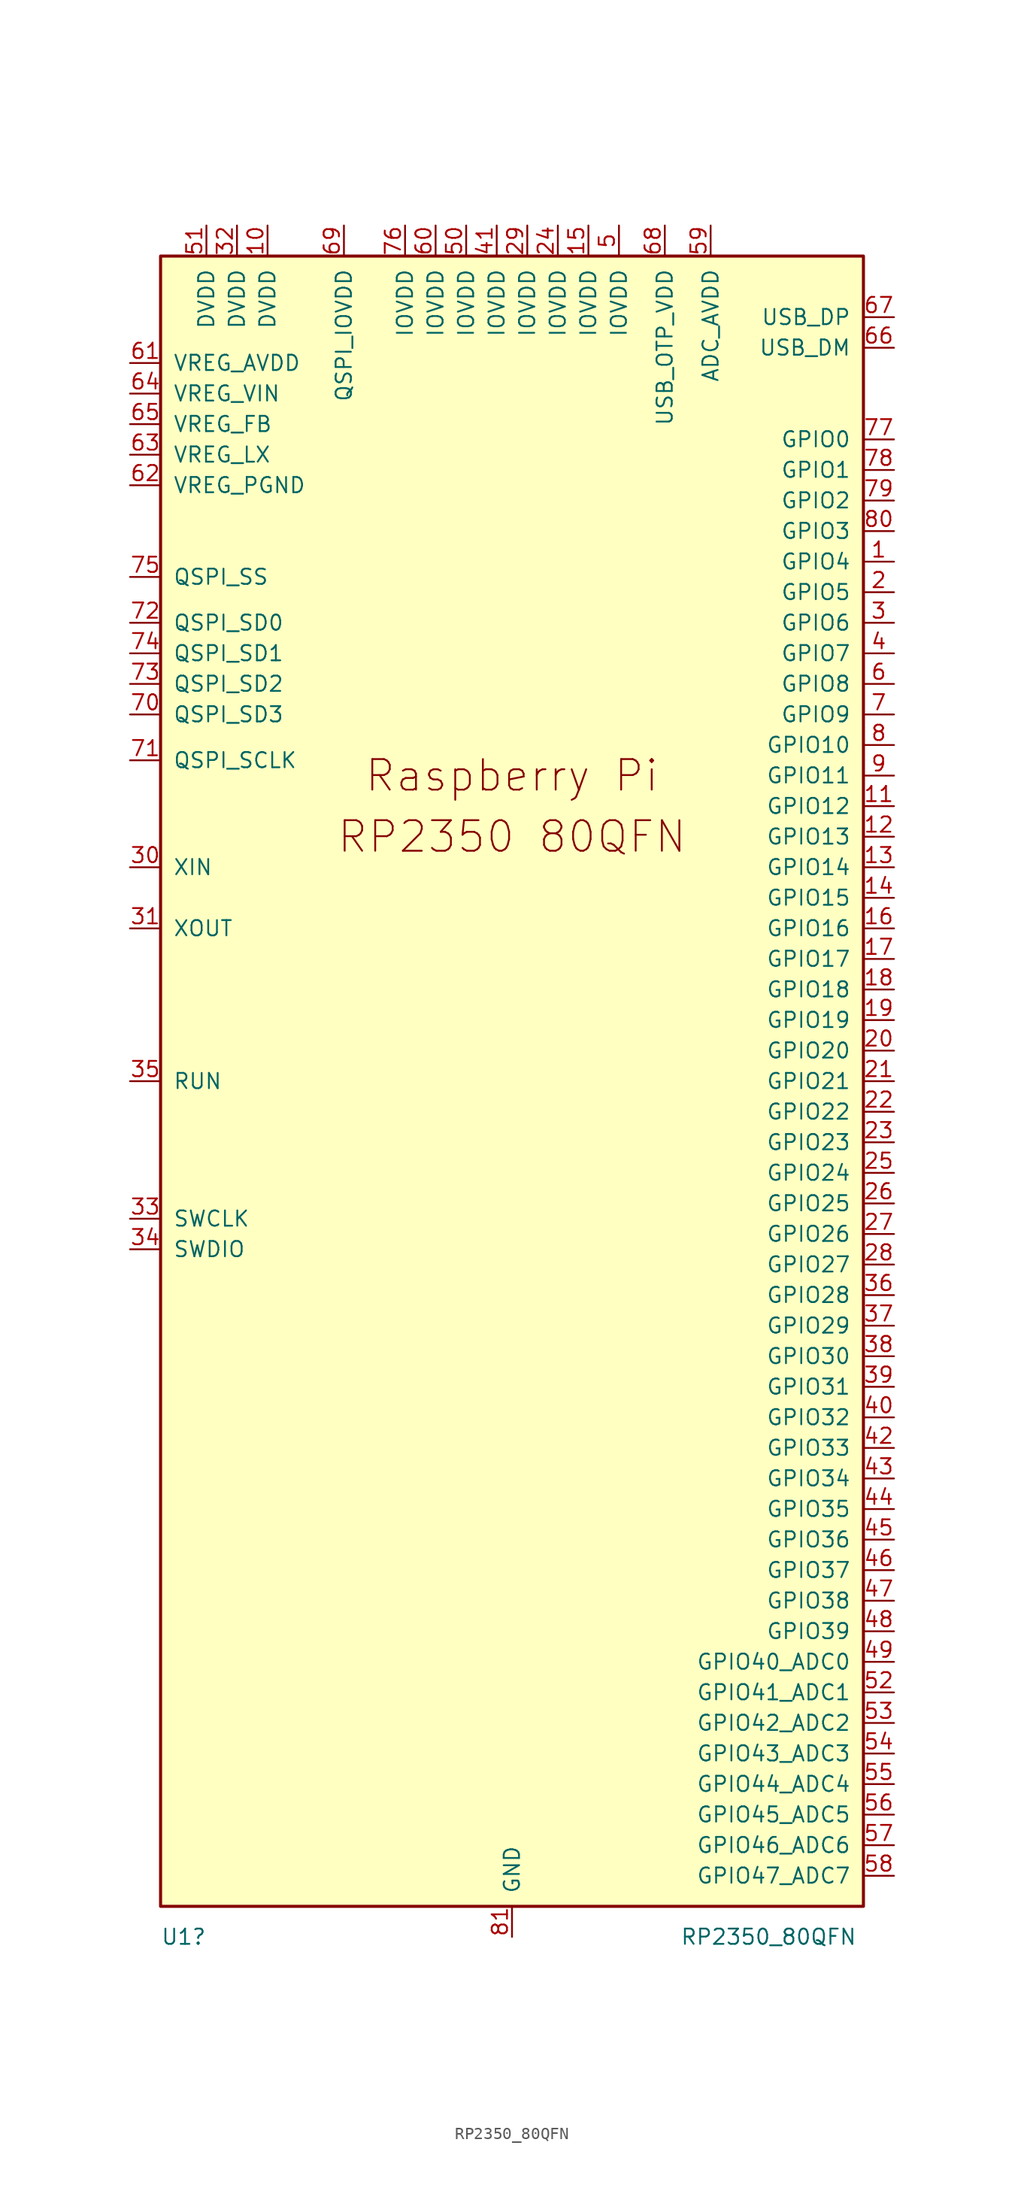
<source format=kicad_sym>
(kicad_symbol_lib
  (version 20241209)
  (generator "kicad_symbol_editor")
  (generator_version "9.0")
  (symbol "RP2350_80QFN"
    (pin_names
      (offset 1.016))
    (property "Reference" "U1"
      (at -29.21 -91.44 0)
      (effects (font (size 1.27 1.27)) (justify left)))
    (property "Value" "RP2350_80QFN"
      (at 13.97 -91.44 0)
      (effects (font (size 1.27 1.27)) (justify left)))
    (symbol "RP2350_80QFN_0_0"
      (text "Raspberry Pi" (at 0 5.08 0) (effects (font (size 2.54 2.54)))))
    (symbol "RP2350_80QFN_0_1"
      (rectangle (start -29.21 48.26) (end 29.21 -88.9) (stroke (width 0.254) (type default)) (fill (type background))))
    (symbol "RP2350_80QFN_1_0"
      (text "RP2350 80QFN" (at 0 0 0) (effects (font (size 2.54 2.54))))
      (pin power_in line (at -8.89 50.8 270) (length 2.54) (name "IOVDD" (effects (font (size 1.27 1.27)))) (number "76" (effects (font (size 1.27 1.27)))))
      (pin power_in line (at -6.35 50.8 270) (length 2.54) (name "IOVDD" (effects (font (size 1.27 1.27)))) (number "60" (effects (font (size 1.27 1.27)))))
      (pin bidirectional line (at 31.75 -43.18 180) (length 2.54) (name "GPIO30" (effects (font (size 1.27 1.27)))) (number "38" (effects (font (size 1.27 1.27)))))
      (pin bidirectional line (at 31.75 -45.72 180) (length 2.54) (name "GPIO31" (effects (font (size 1.27 1.27)))) (number "39" (effects (font (size 1.27 1.27)))))
      (pin bidirectional line (at 31.75 -48.26 180) (length 2.54) (name "GPIO32" (effects (font (size 1.27 1.27)))) (number "40" (effects (font (size 1.27 1.27)))))
      (pin bidirectional line (at 31.75 -50.8 180) (length 2.54) (name "GPIO33" (effects (font (size 1.27 1.27)))) (number "42" (effects (font (size 1.27 1.27)))))
      (pin bidirectional line (at 31.75 -53.34 180) (length 2.54) (name "GPIO34" (effects (font (size 1.27 1.27)))) (number "43" (effects (font (size 1.27 1.27)))))
      (pin bidirectional line (at 31.75 -55.88 180) (length 2.54) (name "GPIO35" (effects (font (size 1.27 1.27)))) (number "44" (effects (font (size 1.27 1.27)))))
      (pin bidirectional line (at 31.75 -58.42 180) (length 2.54) (name "GPIO36" (effects (font (size 1.27 1.27)))) (number "45" (effects (font (size 1.27 1.27)))))
      (pin bidirectional line (at 31.75 -60.96 180) (length 2.54) (name "GPIO37" (effects (font (size 1.27 1.27)))) (number "46" (effects (font (size 1.27 1.27)))))
      (pin bidirectional line (at 31.75 -63.5 180) (length 2.54) (name "GPIO38" (effects (font (size 1.27 1.27)))) (number "47" (effects (font (size 1.27 1.27)))))
      (pin bidirectional line (at 31.75 -66.04 180) (length 2.54) (name "GPIO39" (effects (font (size 1.27 1.27)))) (number "48" (effects (font (size 1.27 1.27)))))
      (pin bidirectional line (at 31.75 -68.58 180) (length 2.54) (name "GPIO40_ADC0" (effects (font (size 1.27 1.27)))) (number "49" (effects (font (size 1.27 1.27)))))
      (pin bidirectional line (at 31.75 -71.12 180) (length 2.54) (name "GPIO41_ADC1" (effects (font (size 1.27 1.27)))) (number "52" (effects (font (size 1.27 1.27)))))
      (pin bidirectional line (at 31.75 -73.66 180) (length 2.54) (name "GPIO42_ADC2" (effects (font (size 1.27 1.27)))) (number "53" (effects (font (size 1.27 1.27)))))
      (pin bidirectional line (at 31.75 -76.2 180) (length 2.54) (name "GPIO43_ADC3" (effects (font (size 1.27 1.27)))) (number "54" (effects (font (size 1.27 1.27)))))
      (pin bidirectional line (at 31.75 -78.74 180) (length 2.54) (name "GPIO44_ADC4" (effects (font (size 1.27 1.27)))) (number "55" (effects (font (size 1.27 1.27)))))
      (pin bidirectional line (at 31.75 -81.28 180) (length 2.54) (name "GPIO45_ADC5" (effects (font (size 1.27 1.27)))) (number "56" (effects (font (size 1.27 1.27)))))
      (pin bidirectional line (at 31.75 -83.82 180) (length 2.54) (name "GPIO46_ADC6" (effects (font (size 1.27 1.27)))) (number "57" (effects (font (size 1.27 1.27)))))
      (pin bidirectional line (at 31.75 -86.36 180) (length 2.54) (name "GPIO47_ADC7" (effects (font (size 1.27 1.27)))) (number "58" (effects (font (size 1.27 1.27))))))
    (symbol "RP2350_80QFN_1_1"
      (pin power_in line (at -31.75 39.37 0) (length 2.54) (name "VREG_AVDD" (effects (font (size 1.27 1.27)))) (number "61" (effects (font (size 1.27 1.27)))))
      (pin power_in line (at -31.75 36.83 0) (length 2.54) (name "VREG_VIN" (effects (font (size 1.27 1.27)))) (number "64" (effects (font (size 1.27 1.27)))))
      (pin input line (at -31.75 34.29 0) (length 2.54) (name "VREG_FB" (effects (font (size 1.27 1.27)))) (number "65" (effects (font (size 1.27 1.27)))))
      (pin power_out line (at -31.75 31.75 0) (length 2.54) (name "VREG_LX" (effects (font (size 1.27 1.27)))) (number "63" (effects (font (size 1.27 1.27)))))
      (pin power_in line (at -31.75 29.21 0) (length 2.54) (name "VREG_PGND" (effects (font (size 1.27 1.27)))) (number "62" (effects (font (size 1.27 1.27)))))
      (pin bidirectional line (at -31.75 21.59 0) (length 2.54) (name "QSPI_SS" (effects (font (size 1.27 1.27)))) (number "75" (effects (font (size 1.27 1.27)))))
      (pin bidirectional line (at -31.75 17.78 0) (length 2.54) (name "QSPI_SD0" (effects (font (size 1.27 1.27)))) (number "72" (effects (font (size 1.27 1.27)))))
      (pin bidirectional line (at -31.75 15.24 0) (length 2.54) (name "QSPI_SD1" (effects (font (size 1.27 1.27)))) (number "74" (effects (font (size 1.27 1.27)))))
      (pin bidirectional line (at -31.75 12.7 0) (length 2.54) (name "QSPI_SD2" (effects (font (size 1.27 1.27)))) (number "73" (effects (font (size 1.27 1.27)))))
      (pin bidirectional line (at -31.75 10.16 0) (length 2.54) (name "QSPI_SD3" (effects (font (size 1.27 1.27)))) (number "70" (effects (font (size 1.27 1.27)))))
      (pin output line (at -31.75 6.35 0) (length 2.54) (name "QSPI_SCLK" (effects (font (size 1.27 1.27)))) (number "71" (effects (font (size 1.27 1.27)))))
      (pin input line (at -31.75 -2.54 0) (length 2.54) (name "XIN" (effects (font (size 1.27 1.27)))) (number "30" (effects (font (size 1.27 1.27)))))
      (pin passive line (at -31.75 -7.62 0) (length 2.54) (name "XOUT" (effects (font (size 1.27 1.27)))) (number "31" (effects (font (size 1.27 1.27)))))
      (pin input line (at -31.75 -20.32 0) (length 2.54) (name "RUN" (effects (font (size 1.27 1.27)))) (number "35" (effects (font (size 1.27 1.27)))))
      (pin output line (at -31.75 -31.75 0) (length 2.54) (name "SWCLK" (effects (font (size 1.27 1.27)))) (number "33" (effects (font (size 1.27 1.27)))))
      (pin bidirectional line (at -31.75 -34.29 0) (length 2.54) (name "SWDIO" (effects (font (size 1.27 1.27)))) (number "34" (effects (font (size 1.27 1.27)))))
      (pin power_in line (at -25.4 50.8 270) (length 2.54) (name "DVDD" (effects (font (size 1.27 1.27)))) (number "51" (effects (font (size 1.27 1.27)))))
      (pin power_in line (at -22.86 50.8 270) (length 2.54) (name "DVDD" (effects (font (size 1.27 1.27)))) (number "32" (effects (font (size 1.27 1.27)))))
      (pin power_in line (at -20.32 50.8 270) (length 2.54) (name "DVDD" (effects (font (size 1.27 1.27)))) (number "10" (effects (font (size 1.27 1.27)))))
      (pin power_in line (at -13.97 50.8 270) (length 2.54) (name "QSPI_IOVDD" (effects (font (size 1.27 1.27)))) (number "69" (effects (font (size 1.27 1.27)))))
      (pin power_in line (at -3.81 50.8 270) (length 2.54) (name "IOVDD" (effects (font (size 1.27 1.27)))) (number "50" (effects (font (size 1.27 1.27)))))
      (pin power_in line (at -1.27 50.8 270) (length 2.54) (name "IOVDD" (effects (font (size 1.27 1.27)))) (number "41" (effects (font (size 1.27 1.27)))))
      (pin power_in line (at 0 -91.44 90) (length 2.54) (name "GND" (effects (font (size 1.27 1.27)))) (number "81" (effects (font (size 1.27 1.27)))))
      (pin power_in line (at 1.27 50.8 270) (length 2.54) (name "IOVDD" (effects (font (size 1.27 1.27)))) (number "29" (effects (font (size 1.27 1.27)))))
      (pin power_in line (at 3.81 50.8 270) (length 2.54) (name "IOVDD" (effects (font (size 1.27 1.27)))) (number "24" (effects (font (size 1.27 1.27)))))
      (pin power_in line (at 6.35 50.8 270) (length 2.54) (name "IOVDD" (effects (font (size 1.27 1.27)))) (number "15" (effects (font (size 1.27 1.27)))))
      (pin power_in line (at 8.89 50.8 270) (length 2.54) (name "IOVDD" (effects (font (size 1.27 1.27)))) (number "5" (effects (font (size 1.27 1.27)))))
      (pin power_in line (at 12.7 50.8 270) (length 2.54) (name "USB_OTP_VDD" (effects (font (size 1.27 1.27)))) (number "68" (effects (font (size 1.27 1.27)))))
      (pin power_in line (at 16.51 50.8 270) (length 2.54) (name "ADC_AVDD" (effects (font (size 1.27 1.27)))) (number "59" (effects (font (size 1.27 1.27)))))
      (pin bidirectional line (at 31.75 43.18 180) (length 2.54) (name "USB_DP" (effects (font (size 1.27 1.27)))) (number "67" (effects (font (size 1.27 1.27)))))
      (pin bidirectional line (at 31.75 40.64 180) (length 2.54) (name "USB_DM" (effects (font (size 1.27 1.27)))) (number "66" (effects (font (size 1.27 1.27)))))
      (pin bidirectional line (at 31.75 33.02 180) (length 2.54) (name "GPIO0" (effects (font (size 1.27 1.27)))) (number "77" (effects (font (size 1.27 1.27)))))
      (pin bidirectional line (at 31.75 30.48 180) (length 2.54) (name "GPIO1" (effects (font (size 1.27 1.27)))) (number "78" (effects (font (size 1.27 1.27)))))
      (pin bidirectional line (at 31.75 27.94 180) (length 2.54) (name "GPIO2" (effects (font (size 1.27 1.27)))) (number "79" (effects (font (size 1.27 1.27)))))
      (pin bidirectional line (at 31.75 25.4 180) (length 2.54) (name "GPIO3" (effects (font (size 1.27 1.27)))) (number "80" (effects (font (size 1.27 1.27)))))
      (pin bidirectional line (at 31.75 22.86 180) (length 2.54) (name "GPIO4" (effects (font (size 1.27 1.27)))) (number "1" (effects (font (size 1.27 1.27)))))
      (pin bidirectional line (at 31.75 20.32 180) (length 2.54) (name "GPIO5" (effects (font (size 1.27 1.27)))) (number "2" (effects (font (size 1.27 1.27)))))
      (pin bidirectional line (at 31.75 17.78 180) (length 2.54) (name "GPIO6" (effects (font (size 1.27 1.27)))) (number "3" (effects (font (size 1.27 1.27)))))
      (pin bidirectional line (at 31.75 15.24 180) (length 2.54) (name "GPIO7" (effects (font (size 1.27 1.27)))) (number "4" (effects (font (size 1.27 1.27)))))
      (pin bidirectional line (at 31.75 12.7 180) (length 2.54) (name "GPIO8" (effects (font (size 1.27 1.27)))) (number "6" (effects (font (size 1.27 1.27)))))
      (pin bidirectional line (at 31.75 10.16 180) (length 2.54) (name "GPIO9" (effects (font (size 1.27 1.27)))) (number "7" (effects (font (size 1.27 1.27)))))
      (pin bidirectional line (at 31.75 7.62 180) (length 2.54) (name "GPIO10" (effects (font (size 1.27 1.27)))) (number "8" (effects (font (size 1.27 1.27)))))
      (pin bidirectional line (at 31.75 5.08 180) (length 2.54) (name "GPIO11" (effects (font (size 1.27 1.27)))) (number "9" (effects (font (size 1.27 1.27)))))
      (pin bidirectional line (at 31.75 2.54 180) (length 2.54) (name "GPIO12" (effects (font (size 1.27 1.27)))) (number "11" (effects (font (size 1.27 1.27)))))
      (pin bidirectional line (at 31.75 0 180) (length 2.54) (name "GPIO13" (effects (font (size 1.27 1.27)))) (number "12" (effects (font (size 1.27 1.27)))))
      (pin bidirectional line (at 31.75 -2.54 180) (length 2.54) (name "GPIO14" (effects (font (size 1.27 1.27)))) (number "13" (effects (font (size 1.27 1.27)))))
      (pin bidirectional line (at 31.75 -5.08 180) (length 2.54) (name "GPIO15" (effects (font (size 1.27 1.27)))) (number "14" (effects (font (size 1.27 1.27)))))
      (pin bidirectional line (at 31.75 -7.62 180) (length 2.54) (name "GPIO16" (effects (font (size 1.27 1.27)))) (number "16" (effects (font (size 1.27 1.27)))))
      (pin bidirectional line (at 31.75 -10.16 180) (length 2.54) (name "GPIO17" (effects (font (size 1.27 1.27)))) (number "17" (effects (font (size 1.27 1.27)))))
      (pin bidirectional line (at 31.75 -12.7 180) (length 2.54) (name "GPIO18" (effects (font (size 1.27 1.27)))) (number "18" (effects (font (size 1.27 1.27)))))
      (pin bidirectional line (at 31.75 -15.24 180) (length 2.54) (name "GPIO19" (effects (font (size 1.27 1.27)))) (number "19" (effects (font (size 1.27 1.27)))))
      (pin bidirectional line (at 31.75 -17.78 180) (length 2.54) (name "GPIO20" (effects (font (size 1.27 1.27)))) (number "20" (effects (font (size 1.27 1.27)))))
      (pin bidirectional line (at 31.75 -20.32 180) (length 2.54) (name "GPIO21" (effects (font (size 1.27 1.27)))) (number "21" (effects (font (size 1.27 1.27)))))
      (pin bidirectional line (at 31.75 -22.86 180) (length 2.54) (name "GPIO22" (effects (font (size 1.27 1.27)))) (number "22" (effects (font (size 1.27 1.27)))))
      (pin bidirectional line (at 31.75 -25.4 180) (length 2.54) (name "GPIO23" (effects (font (size 1.27 1.27)))) (number "23" (effects (font (size 1.27 1.27)))))
      (pin bidirectional line (at 31.75 -27.94 180) (length 2.54) (name "GPIO24" (effects (font (size 1.27 1.27)))) (number "25" (effects (font (size 1.27 1.27)))))
      (pin bidirectional line (at 31.75 -30.48 180) (length 2.54) (name "GPIO25" (effects (font (size 1.27 1.27)))) (number "26" (effects (font (size 1.27 1.27)))))
      (pin bidirectional line (at 31.75 -33.02 180) (length 2.54) (name "GPIO26" (effects (font (size 1.27 1.27)))) (number "27" (effects (font (size 1.27 1.27)))))
      (pin bidirectional line (at 31.75 -35.56 180) (length 2.54) (name "GPIO27" (effects (font (size 1.27 1.27)))) (number "28" (effects (font (size 1.27 1.27)))))
      (pin bidirectional line (at 31.75 -38.1 180) (length 2.54) (name "GPIO28" (effects (font (size 1.27 1.27)))) (number "36" (effects (font (size 1.27 1.27)))))
      (pin bidirectional line (at 31.75 -40.64 180) (length 2.54) (name "GPIO29" (effects (font (size 1.27 1.27)))) (number "37" (effects (font (size 1.27 1.27))))))))
</source>
